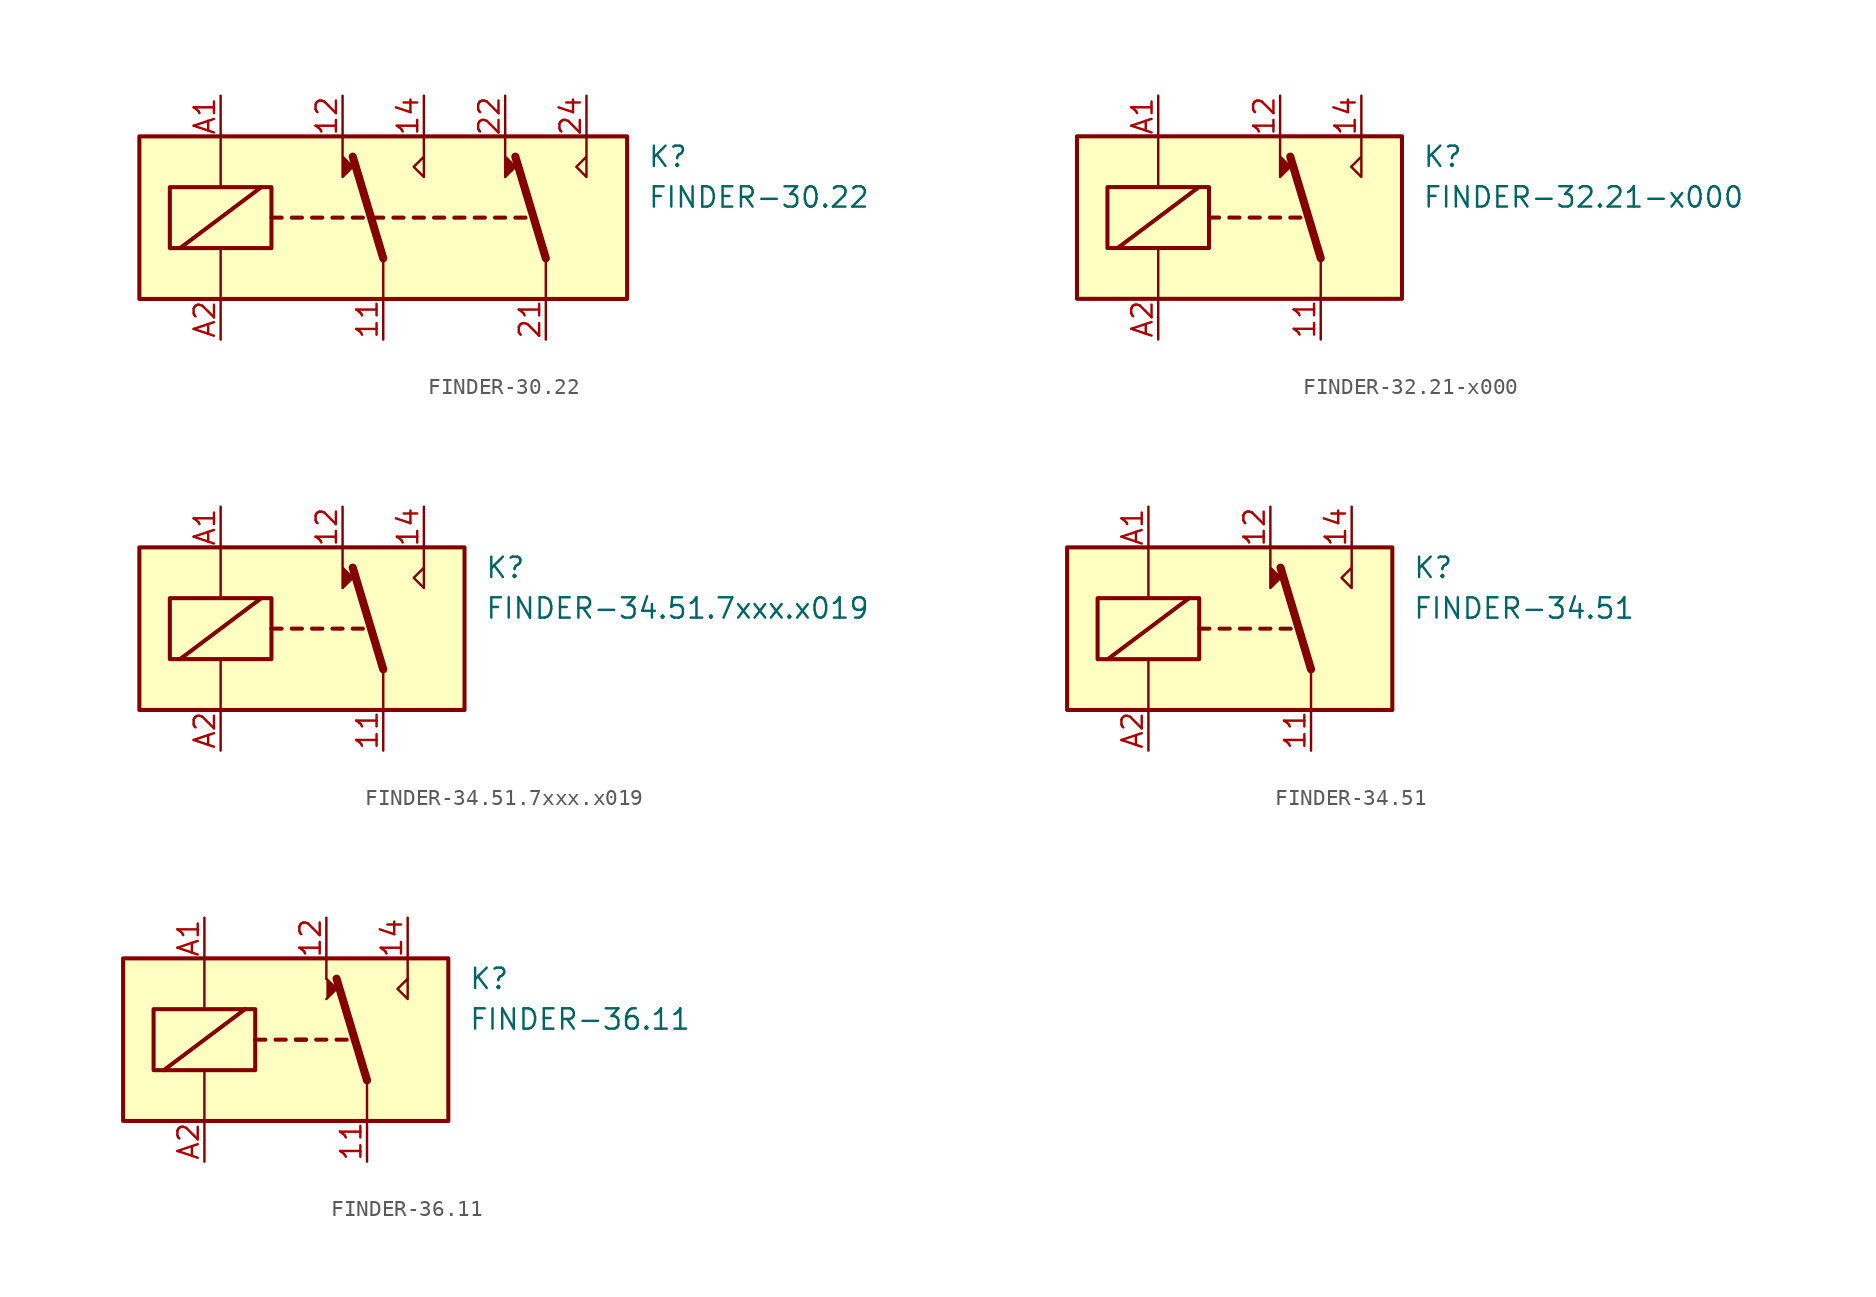
<source format=kicad_sym>
(kicad_symbol_lib
  (version 20200908)
  (generator kicad_symbol_editor)
  (symbol "Relay:FINDER-30.22"
    (property "Reference" "K"
      (at 16.51 3.81 0)
      (effects (font (size 1.27 1.27)) (justify left)))
    (property "Value" "FINDER-30.22"
      (at 16.51 1.27 0)
      (effects (font (size 1.27 1.27)) (justify left)))
    (symbol "FINDER-30.22_0_1"
      (rectangle (start -15.24 5.08) (end 15.24 -5.08) (stroke (width 0.254)) (fill (type background)))
      (rectangle (start -13.335 1.905) (end -6.985 -1.905) (stroke (width 0.254)) (fill (type none)))
      (polyline (pts (xy -12.7 -1.905) (xy -7.62 1.905)) (stroke (width 0.254)) (fill (type none)))
      (polyline (pts (xy -10.16 -5.08) (xy -10.16 -1.905)) (stroke (width 0)) (fill (type none)))
      (polyline (pts (xy -10.16 5.08) (xy -10.16 1.905)) (stroke (width 0)) (fill (type none)))
      (polyline (pts (xy -6.985 0) (xy -6.35 0)) (stroke (width 0.254)) (fill (type none)))
      (polyline (pts (xy -5.715 0) (xy -5.08 0)) (stroke (width 0.254)) (fill (type none)))
      (polyline (pts (xy -4.445 0) (xy -3.81 0)) (stroke (width 0.254)) (fill (type none)))
      (polyline (pts (xy -3.175 0) (xy -2.54 0)) (stroke (width 0.254)) (fill (type none)))
      (polyline (pts (xy -1.905 0) (xy -1.27 0)) (stroke (width 0.254)) (fill (type none)))
      (polyline (pts (xy -0.635 0) (xy 0 0)) (stroke (width 0.254)) (fill (type none)))
      (polyline (pts (xy 0 -2.54) (xy -1.905 3.81)) (stroke (width 0.508)) (fill (type none)))
      (polyline (pts (xy 0 -2.54) (xy 0 -5.08)) (stroke (width 0)) (fill (type none)))
      (polyline (pts (xy 0.635 0) (xy 1.27 0)) (stroke (width 0.254)) (fill (type none)))
      (polyline (pts (xy 1.905 0) (xy 2.54 0)) (stroke (width 0.254)) (fill (type none)))
      (polyline (pts (xy 3.175 0) (xy 3.81 0)) (stroke (width 0.254)) (fill (type none)))
      (polyline (pts (xy 4.445 0) (xy 5.08 0)) (stroke (width 0.254)) (fill (type none)))
      (polyline (pts (xy 5.715 0) (xy 6.35 0)) (stroke (width 0.254)) (fill (type none)))
      (polyline (pts (xy 6.985 0) (xy 7.62 0)) (stroke (width 0.254)) (fill (type none)))
      (polyline (pts (xy 8.255 0) (xy 8.89 0)) (stroke (width 0.254)) (fill (type none)))
      (polyline (pts (xy 10.16 -2.54) (xy 8.255 3.81)) (stroke (width 0.508)) (fill (type none)))
      (polyline (pts (xy 10.16 -2.54) (xy 10.16 -5.08)) (stroke (width 0)) (fill (type none))))
    (symbol "FINDER-30.22_0_0"
      (polyline (pts (xy -2.54 5.08) (xy -2.54 2.54) (xy -1.905 3.175) (xy -2.54 3.81)) (stroke (width 0)) (fill (type outline)))
      (polyline (pts (xy 2.54 5.08) (xy 2.54 2.54) (xy 1.905 3.175) (xy 2.54 3.81)) (stroke (width 0)) (fill (type none)))
      (polyline (pts (xy 7.62 5.08) (xy 7.62 2.54) (xy 8.255 3.175) (xy 7.62 3.81)) (stroke (width 0)) (fill (type outline)))
      (polyline (pts (xy 12.7 5.08) (xy 12.7 2.54) (xy 12.065 3.175) (xy 12.7 3.81)) (stroke (width 0)) (fill (type none))))
    (symbol "FINDER-30.22_1_1"
      (pin passive line (at 0 -7.62 90) (length 2.54) (name "~" (effects (font (size 1.27 1.27)))) (number "11" (effects (font (size 1.27 1.27)))))
      (pin passive line (at -2.54 7.62 270) (length 2.54) (name "~" (effects (font (size 1.27 1.27)))) (number "12" (effects (font (size 1.27 1.27)))))
      (pin passive line (at 2.54 7.62 270) (length 2.54) (name "~" (effects (font (size 1.27 1.27)))) (number "14" (effects (font (size 1.27 1.27)))))
      (pin passive line (at 10.16 -7.62 90) (length 2.54) (name "~" (effects (font (size 1.27 1.27)))) (number "21" (effects (font (size 1.27 1.27)))))
      (pin passive line (at 7.62 7.62 270) (length 2.54) (name "~" (effects (font (size 1.27 1.27)))) (number "22" (effects (font (size 1.27 1.27)))))
      (pin passive line (at 12.7 7.62 270) (length 2.54) (name "~" (effects (font (size 1.27 1.27)))) (number "24" (effects (font (size 1.27 1.27)))))
      (pin passive line (at -10.16 7.62 270) (length 2.54) (name "~" (effects (font (size 1.27 1.27)))) (number "A1" (effects (font (size 1.27 1.27)))))
      (pin passive line (at -10.16 -7.62 90) (length 2.54) (name "~" (effects (font (size 1.27 1.27)))) (number "A2" (effects (font (size 1.27 1.27)))))))
  (symbol "Relay:FINDER-32.21-x000"
    (property "Reference" "K"
      (at 11.43 3.81 0)
      (effects (font (size 1.27 1.27)) (justify left)))
    (property "Value" "FINDER-32.21-x000"
      (at 11.43 1.27 0)
      (effects (font (size 1.27 1.27)) (justify left)))
    (symbol "FINDER-32.21-x000_0_1"
      (rectangle (start -10.16 5.08) (end 10.16 -5.08) (stroke (width 0.254)) (fill (type background)))
      (rectangle (start -8.255 1.905) (end -1.905 -1.905) (stroke (width 0.254)) (fill (type none)))
      (polyline (pts (xy -7.62 -1.905) (xy -2.54 1.905)) (stroke (width 0.254)) (fill (type none)))
      (polyline (pts (xy -5.08 -5.08) (xy -5.08 -1.905)) (stroke (width 0)) (fill (type none)))
      (polyline (pts (xy -5.08 5.08) (xy -5.08 1.905)) (stroke (width 0)) (fill (type none)))
      (polyline (pts (xy -1.905 0) (xy -1.27 0)) (stroke (width 0.254)) (fill (type none)))
      (polyline (pts (xy -0.635 0) (xy 0 0)) (stroke (width 0.254)) (fill (type none)))
      (polyline (pts (xy 0.635 0) (xy 1.27 0)) (stroke (width 0.254)) (fill (type none)))
      (polyline (pts (xy 1.905 0) (xy 2.54 0)) (stroke (width 0.254)) (fill (type none)))
      (polyline (pts (xy 3.175 0) (xy 3.81 0)) (stroke (width 0.254)) (fill (type none)))
      (polyline (pts (xy 5.08 -2.54) (xy 3.175 3.81)) (stroke (width 0.508)) (fill (type none)))
      (polyline (pts (xy 5.08 -2.54) (xy 5.08 -5.08)) (stroke (width 0)) (fill (type none))))
    (symbol "FINDER-32.21-x000_0_0"
      (polyline (pts (xy 2.54 5.08) (xy 2.54 2.54) (xy 3.175 3.175) (xy 2.54 3.81)) (stroke (width 0)) (fill (type outline)))
      (polyline (pts (xy 7.62 5.08) (xy 7.62 2.54) (xy 6.985 3.175) (xy 7.62 3.81)) (stroke (width 0)) (fill (type none))))
    (symbol "FINDER-32.21-x000_1_1"
      (pin passive line (at 5.08 -7.62 90) (length 2.54) (name "~" (effects (font (size 1.27 1.27)))) (number "11" (effects (font (size 1.27 1.27)))))
      (pin passive line (at 2.54 7.62 270) (length 2.54) (name "~" (effects (font (size 1.27 1.27)))) (number "12" (effects (font (size 1.27 1.27)))))
      (pin passive line (at 7.62 7.62 270) (length 2.54) (name "~" (effects (font (size 1.27 1.27)))) (number "14" (effects (font (size 1.27 1.27)))))
      (pin passive line (at -5.08 7.62 270) (length 2.54) (name "~" (effects (font (size 1.27 1.27)))) (number "A1" (effects (font (size 1.27 1.27)))))
      (pin passive line (at -5.08 -7.62 90) (length 2.54) (name "~" (effects (font (size 1.27 1.27)))) (number "A2" (effects (font (size 1.27 1.27)))))))
  (symbol "Relay:FINDER-34.51.7xxx.x019"
    (property "Reference" "K"
      (at 11.43 3.81 0)
      (effects (font (size 1.27 1.27)) (justify left)))
    (property "Value" "FINDER-34.51.7xxx.x019"
      (at 11.43 1.27 0)
      (effects (font (size 1.27 1.27)) (justify left)))
    (symbol "FINDER-34.51.7xxx.x019_0_1"
      (rectangle (start -10.16 5.08) (end 10.16 -5.08) (stroke (width 0.254)) (fill (type background)))
      (rectangle (start -8.255 1.905) (end -1.905 -1.905) (stroke (width 0.254)) (fill (type none)))
      (polyline (pts (xy -7.62 -1.905) (xy -2.54 1.905)) (stroke (width 0.254)) (fill (type none)))
      (polyline (pts (xy -5.08 -5.08) (xy -5.08 -1.905)) (stroke (width 0)) (fill (type none)))
      (polyline (pts (xy -5.08 5.08) (xy -5.08 1.905)) (stroke (width 0)) (fill (type none)))
      (polyline (pts (xy -1.905 0) (xy -1.27 0)) (stroke (width 0.254)) (fill (type none)))
      (polyline (pts (xy -0.635 0) (xy 0 0)) (stroke (width 0.254)) (fill (type none)))
      (polyline (pts (xy 0.635 0) (xy 1.27 0)) (stroke (width 0.254)) (fill (type none)))
      (polyline (pts (xy 1.905 0) (xy 2.54 0)) (stroke (width 0.254)) (fill (type none)))
      (polyline (pts (xy 3.175 0) (xy 3.81 0)) (stroke (width 0.254)) (fill (type none)))
      (polyline (pts (xy 5.08 -2.54) (xy 3.175 3.81)) (stroke (width 0.508)) (fill (type none)))
      (polyline (pts (xy 5.08 -2.54) (xy 5.08 -5.08)) (stroke (width 0)) (fill (type none)))
      (polyline (pts (xy 2.54 5.08) (xy 2.54 2.54) (xy 3.175 3.175) (xy 2.54 3.81)) (stroke (width 0)) (fill (type outline))))
    (symbol "FINDER-34.51.7xxx.x019_0_0"
      (polyline (pts (xy 7.62 5.08) (xy 7.62 2.54) (xy 6.985 3.175) (xy 7.62 3.81)) (stroke (width 0)) (fill (type none))))
    (symbol "FINDER-34.51.7xxx.x019_1_1"
      (pin passive line (at 5.08 -7.62 90) (length 2.54) (name "~" (effects (font (size 1.27 1.27)))) (number "11" (effects (font (size 1.27 1.27)))))
      (pin passive line (at 2.54 7.62 270) (length 2.54) (name "~" (effects (font (size 1.27 1.27)))) (number "12" (effects (font (size 1.27 1.27)))))
      (pin passive line (at 7.62 7.62 270) (length 2.54) (name "~" (effects (font (size 1.27 1.27)))) (number "14" (effects (font (size 1.27 1.27)))))
      (pin passive line (at -5.08 7.62 270) (length 2.54) (name "~" (effects (font (size 1.27 1.27)))) (number "A1" (effects (font (size 1.27 1.27)))))
      (pin passive line (at -5.08 -7.62 90) (length 2.54) (name "~" (effects (font (size 1.27 1.27)))) (number "A2" (effects (font (size 1.27 1.27)))))))
  (symbol "Relay:FINDER-34.51"
    (property "Reference" "K"
      (at 11.43 3.81 0)
      (effects (font (size 1.27 1.27)) (justify left)))
    (property "Value" "FINDER-34.51"
      (at 11.43 1.27 0)
      (effects (font (size 1.27 1.27)) (justify left)))
    (symbol "FINDER-34.51_0_1"
      (rectangle (start -10.16 5.08) (end 10.16 -5.08) (stroke (width 0.254)) (fill (type background)))
      (rectangle (start -8.255 1.905) (end -1.905 -1.905) (stroke (width 0.254)) (fill (type none)))
      (polyline (pts (xy -7.62 -1.905) (xy -2.54 1.905)) (stroke (width 0.254)) (fill (type none)))
      (polyline (pts (xy -5.08 -5.08) (xy -5.08 -1.905)) (stroke (width 0)) (fill (type none)))
      (polyline (pts (xy -5.08 5.08) (xy -5.08 1.905)) (stroke (width 0)) (fill (type none)))
      (polyline (pts (xy -1.905 0) (xy -1.27 0)) (stroke (width 0.254)) (fill (type none)))
      (polyline (pts (xy -0.635 0) (xy 0 0)) (stroke (width 0.254)) (fill (type none)))
      (polyline (pts (xy 0.635 0) (xy 1.27 0)) (stroke (width 0.254)) (fill (type none)))
      (polyline (pts (xy 1.905 0) (xy 2.54 0)) (stroke (width 0.254)) (fill (type none)))
      (polyline (pts (xy 3.175 0) (xy 3.81 0)) (stroke (width 0.254)) (fill (type none)))
      (polyline (pts (xy 5.08 -2.54) (xy 3.175 3.81)) (stroke (width 0.508)) (fill (type none)))
      (polyline (pts (xy 5.08 -2.54) (xy 5.08 -5.08)) (stroke (width 0)) (fill (type none)))
      (polyline (pts (xy 2.54 5.08) (xy 2.54 2.54) (xy 3.175 3.175) (xy 2.54 3.81)) (stroke (width 0)) (fill (type outline))))
    (symbol "FINDER-34.51_0_0"
      (polyline (pts (xy 7.62 5.08) (xy 7.62 2.54) (xy 6.985 3.175) (xy 7.62 3.81)) (stroke (width 0)) (fill (type none))))
    (symbol "FINDER-34.51_1_1"
      (pin passive line (at 5.08 -7.62 90) (length 2.54) (name "~" (effects (font (size 1.27 1.27)))) (number "11" (effects (font (size 1.27 1.27)))))
      (pin passive line (at 2.54 7.62 270) (length 2.54) (name "~" (effects (font (size 1.27 1.27)))) (number "12" (effects (font (size 1.27 1.27)))))
      (pin passive line (at 7.62 7.62 270) (length 2.54) (name "~" (effects (font (size 1.27 1.27)))) (number "14" (effects (font (size 1.27 1.27)))))
      (pin passive line (at -5.08 7.62 270) (length 2.54) (name "~" (effects (font (size 1.27 1.27)))) (number "A1" (effects (font (size 1.27 1.27)))))
      (pin passive line (at -5.08 -7.62 90) (length 2.54) (name "~" (effects (font (size 1.27 1.27)))) (number "A2" (effects (font (size 1.27 1.27)))))))
  (symbol "Relay:FINDER-36.11"
    (property "Reference" "K"
      (at 11.43 3.81 0)
      (effects (font (size 1.27 1.27)) (justify left)))
    (property "Value" "FINDER-36.11"
      (at 11.43 1.27 0)
      (effects (font (size 1.27 1.27)) (justify left)))
    (symbol "FINDER-36.11_0_1"
      (rectangle (start -10.16 5.08) (end 10.16 -5.08) (stroke (width 0.254)) (fill (type background)))
      (rectangle (start -8.255 1.905) (end -1.905 -1.905) (stroke (width 0.254)) (fill (type none)))
      (polyline (pts (xy -7.62 -1.905) (xy -2.54 1.905)) (stroke (width 0.254)) (fill (type none)))
      (polyline (pts (xy -5.08 -5.08) (xy -5.08 -1.905)) (stroke (width 0)) (fill (type none)))
      (polyline (pts (xy -5.08 5.08) (xy -5.08 1.905)) (stroke (width 0)) (fill (type none)))
      (polyline (pts (xy -1.905 0) (xy -1.27 0)) (stroke (width 0.254)) (fill (type none)))
      (polyline (pts (xy -0.635 0) (xy 0 0)) (stroke (width 0.254)) (fill (type none)))
      (polyline (pts (xy 0.635 0) (xy 1.27 0)) (stroke (width 0.254)) (fill (type none)))
      (polyline (pts (xy 0.635 0) (xy 1.27 0)) (stroke (width 0.254)) (fill (type none)))
      (polyline (pts (xy 1.905 0) (xy 2.54 0)) (stroke (width 0.254)) (fill (type none)))
      (polyline (pts (xy 3.175 0) (xy 3.81 0)) (stroke (width 0.254)) (fill (type none)))
      (polyline (pts (xy 5.08 -2.54) (xy 3.175 3.81)) (stroke (width 0.508)) (fill (type none)))
      (polyline (pts (xy 5.08 -2.54) (xy 5.08 -5.08)) (stroke (width 0)) (fill (type none)))
      (polyline (pts (xy 2.54 2.54) (xy 3.175 3.175) (xy 2.54 3.81)) (stroke (width 0)) (fill (type outline))))
    (symbol "FINDER-36.11_0_0"
      (polyline (pts (xy 2.54 3.81) (xy 2.54 5.08)) (stroke (width 0)) (fill (type none)))
      (polyline (pts (xy 7.62 3.81) (xy 7.62 5.08)) (stroke (width 0)) (fill (type none)))
      (polyline (pts (xy 7.62 3.81) (xy 7.62 2.54) (xy 6.985 3.175) (xy 7.62 3.81)) (stroke (width 0)) (fill (type none))))
    (symbol "FINDER-36.11_1_1"
      (pin passive line (at 5.08 -7.62 90) (length 2.54) (name "~" (effects (font (size 1.27 1.27)))) (number "11" (effects (font (size 1.27 1.27)))))
      (pin passive line (at 2.54 7.62 270) (length 2.54) (name "~" (effects (font (size 1.27 1.27)))) (number "12" (effects (font (size 1.27 1.27)))))
      (pin passive line (at 7.62 7.62 270) (length 2.54) (name "~" (effects (font (size 1.27 1.27)))) (number "14" (effects (font (size 1.27 1.27)))))
      (pin passive line (at -5.08 7.62 270) (length 2.54) (name "~" (effects (font (size 1.27 1.27)))) (number "A1" (effects (font (size 1.27 1.27)))))
      (pin passive line (at -5.08 -7.62 90) (length 2.54) (name "~" (effects (font (size 1.27 1.27)))) (number "A2" (effects (font (size 1.27 1.27))))))))
</source>
